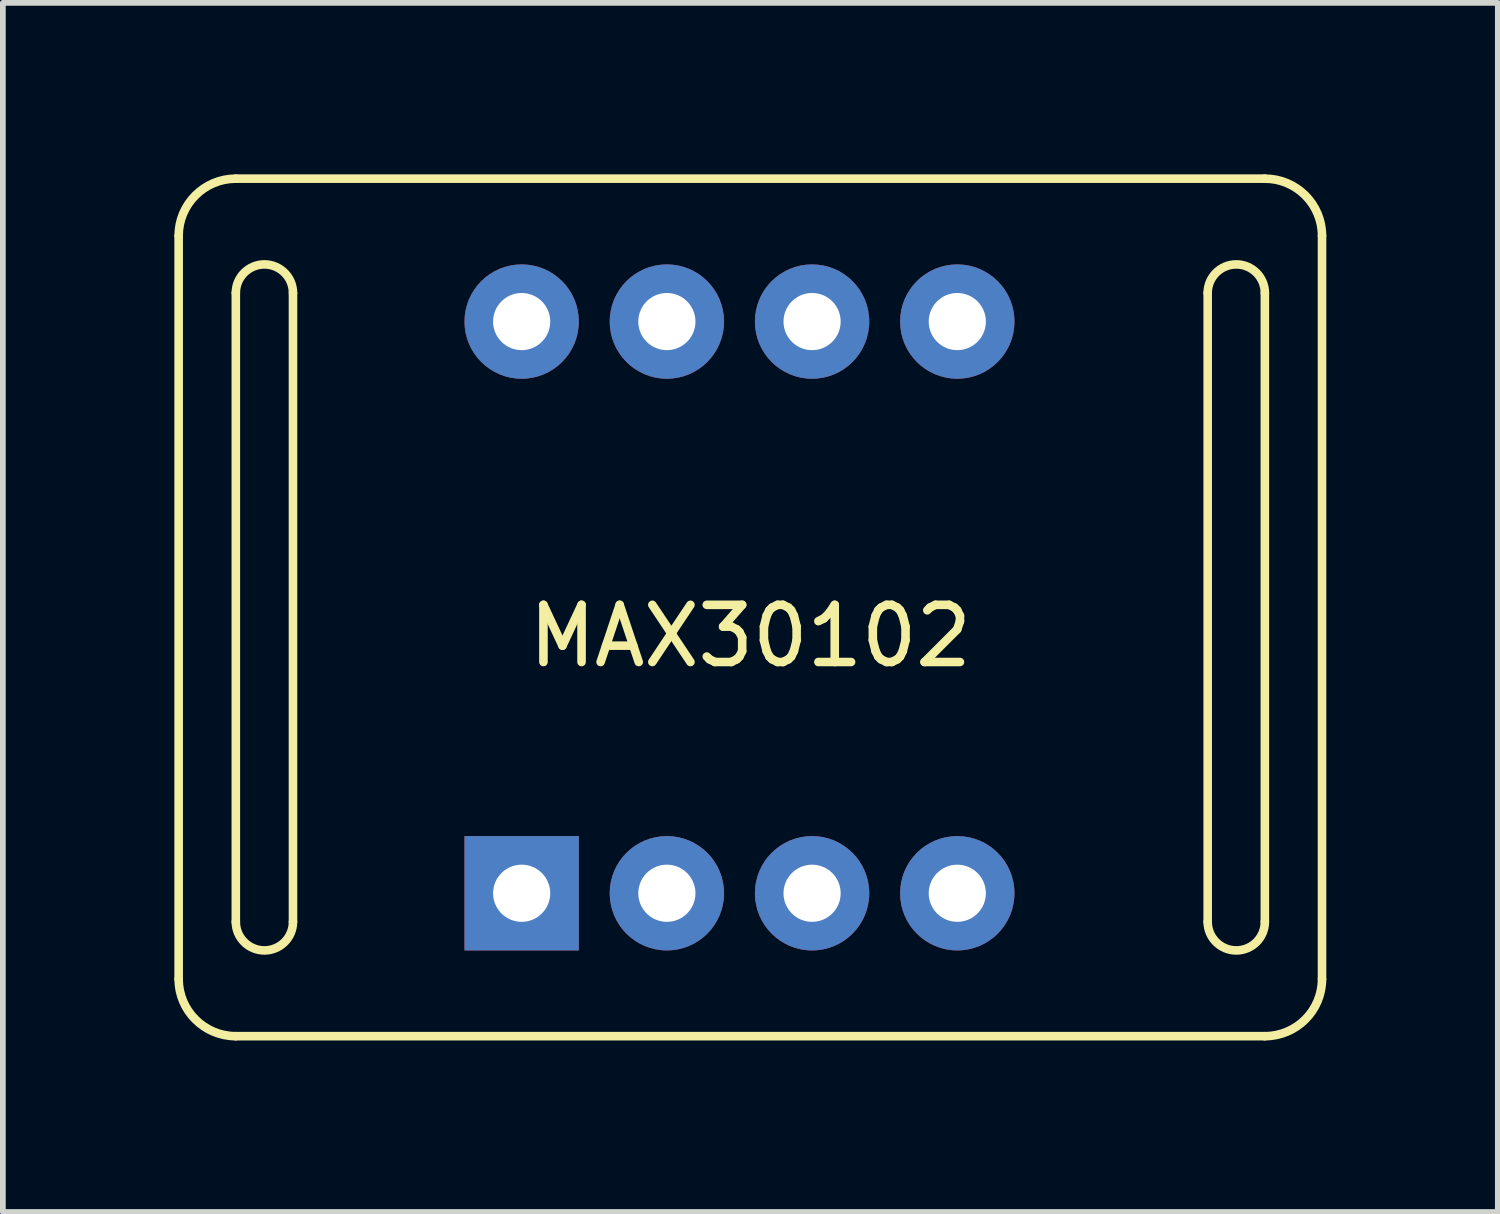
<source format=kicad_pcb>
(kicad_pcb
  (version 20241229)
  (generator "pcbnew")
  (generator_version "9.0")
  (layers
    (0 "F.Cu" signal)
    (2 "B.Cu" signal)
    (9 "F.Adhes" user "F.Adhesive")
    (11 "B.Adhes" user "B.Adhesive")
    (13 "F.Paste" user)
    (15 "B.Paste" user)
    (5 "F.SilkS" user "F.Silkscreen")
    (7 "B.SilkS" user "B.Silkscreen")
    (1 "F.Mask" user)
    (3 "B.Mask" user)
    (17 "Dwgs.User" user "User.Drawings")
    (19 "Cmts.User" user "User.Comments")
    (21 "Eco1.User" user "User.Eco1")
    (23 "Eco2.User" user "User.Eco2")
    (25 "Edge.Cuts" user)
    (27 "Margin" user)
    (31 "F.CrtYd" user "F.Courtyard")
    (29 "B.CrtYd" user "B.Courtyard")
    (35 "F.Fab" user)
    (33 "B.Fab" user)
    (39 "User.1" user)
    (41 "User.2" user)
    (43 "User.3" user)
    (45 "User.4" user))
  (footprint "MAX30102"
    (layer "F.Cu")
    (at 10.075 7.075)
    (property "Reference" "MAX30102" (at 0 1 0) (layer "F.SilkS") (effects (font (size 1 1) (thickness 0.15))))
    (attr through_hole)
    (fp_line (start -10 7) (end -10 -6) (stroke (width 0.15) (type solid)) (layer "F.SilkS"))
    (fp_line (start -9 -7) (end 9 -7) (stroke (width 0.15) (type solid)) (layer "F.SilkS"))
    (fp_line (start -9 -5) (end -9 6) (stroke (width 0.15) (type solid)) (layer "F.SilkS"))
    (fp_line (start -8 -5) (end -8 6) (stroke (width 0.15) (type solid)) (layer "F.SilkS"))
    (fp_line (start 8 -5) (end 8 6) (stroke (width 0.15) (type solid)) (layer "F.SilkS"))
    (fp_line (start 9 -5) (end 9 6) (stroke (width 0.15) (type solid)) (layer "F.SilkS"))
    (fp_line (start 9 8) (end -9 8) (stroke (width 0.15) (type solid)) (layer "F.SilkS"))
    (fp_line (start 10 -6) (end 10 7) (stroke (width 0.15) (type solid)) (layer "F.SilkS"))
    (fp_arc (start -10 -6) (mid -9.707107 -6.707107) (end -9 -7) (stroke (width 0.15) (type solid)) (layer "F.SilkS"))
    (fp_arc (start -9 -5) (mid -8.5 -5.5) (end -8 -5) (stroke (width 0.15) (type solid)) (layer "F.SilkS"))
    (fp_arc (start -9 8) (mid -9.707107 7.707107) (end -10 7) (stroke (width 0.15) (type solid)) (layer "F.SilkS"))
    (fp_arc (start -8 6) (mid -8.5 6.5) (end -9 6) (stroke (width 0.15) (type solid)) (layer "F.SilkS"))
    (fp_arc (start 8 -5) (mid 8.5 -5.5) (end 9 -5) (stroke (width 0.15) (type solid)) (layer "F.SilkS"))
    (fp_arc (start 9 -7) (mid 9.707107 -6.707107) (end 10 -6) (stroke (width 0.15) (type solid)) (layer "F.SilkS"))
    (fp_arc (start 9 6) (mid 8.5 6.5) (end 8 6) (stroke (width 0.15) (type solid)) (layer "F.SilkS"))
    (fp_arc (start 10 7) (mid 9.707107 7.707107) (end 9 8) (stroke (width 0.15) (type solid)) (layer "F.SilkS"))
    (pad "1" thru_hole rect (at -4 5.5) (size 2 2) (drill 1) (layers "*.Cu" "*.Mask"))
    (pad "2" thru_hole circle (at -1.46 5.5) (size 2 2) (drill 1) (layers "*.Cu" "*.Mask"))
    (pad "3" thru_hole circle (at 1.08 5.5) (size 2 2) (drill 1) (layers "*.Cu" "*.Mask"))
    (pad "4" thru_hole circle (at 3.62 5.5) (size 2 2) (drill 1) (layers "*.Cu" "*.Mask"))
    (pad "5" thru_hole circle (at -4 -4.5) (size 2 2) (drill 1) (layers "*.Cu" "*.Mask"))
    (pad "6" thru_hole circle (at -1.46 -4.5) (size 2 2) (drill 1) (layers "*.Cu" "*.Mask"))
    (pad "7" thru_hole circle (at 1.08 -4.5) (size 2 2) (drill 1) (layers "*.Cu" "*.Mask"))
    (pad "8" thru_hole circle (at 3.62 -4.5) (size 2 2) (drill 1) (layers "*.Cu" "*.Mask")))
  (gr_rect
    (start -3 -3)
    (end 23.15 18.15)
    (stroke (width 0.1) (type default))
    (fill no)
    (layer "Edge.Cuts")))
</source>
